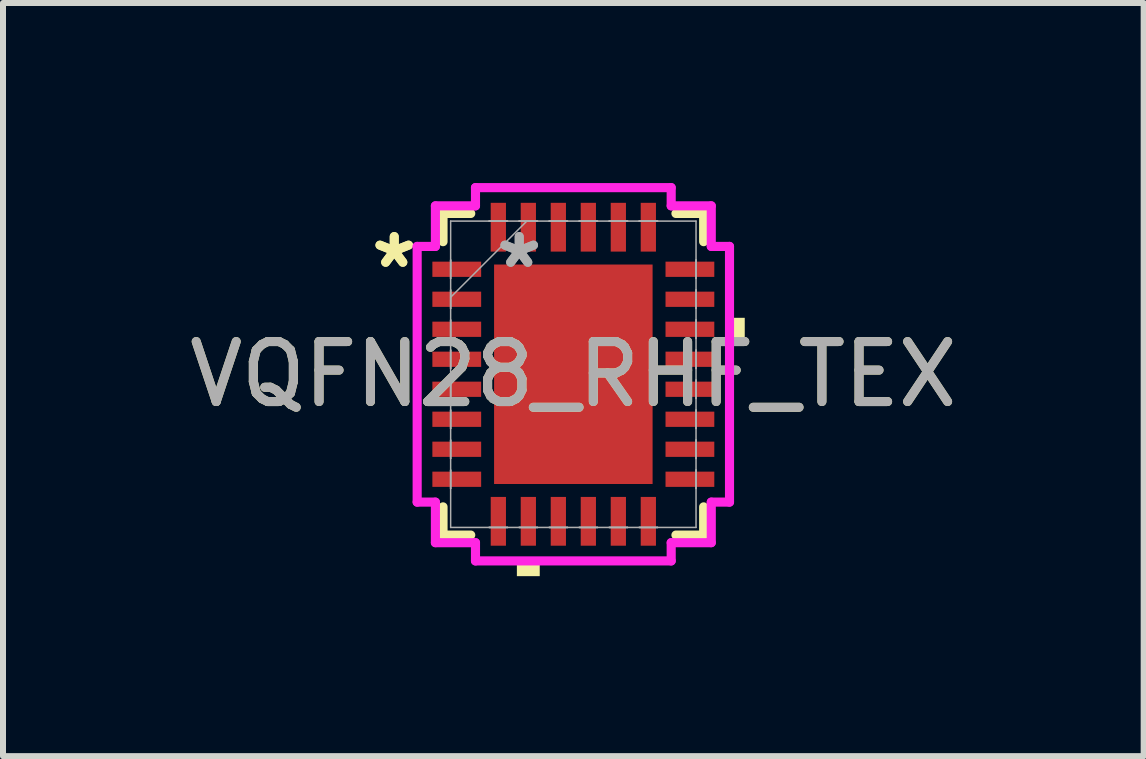
<source format=kicad_pcb>
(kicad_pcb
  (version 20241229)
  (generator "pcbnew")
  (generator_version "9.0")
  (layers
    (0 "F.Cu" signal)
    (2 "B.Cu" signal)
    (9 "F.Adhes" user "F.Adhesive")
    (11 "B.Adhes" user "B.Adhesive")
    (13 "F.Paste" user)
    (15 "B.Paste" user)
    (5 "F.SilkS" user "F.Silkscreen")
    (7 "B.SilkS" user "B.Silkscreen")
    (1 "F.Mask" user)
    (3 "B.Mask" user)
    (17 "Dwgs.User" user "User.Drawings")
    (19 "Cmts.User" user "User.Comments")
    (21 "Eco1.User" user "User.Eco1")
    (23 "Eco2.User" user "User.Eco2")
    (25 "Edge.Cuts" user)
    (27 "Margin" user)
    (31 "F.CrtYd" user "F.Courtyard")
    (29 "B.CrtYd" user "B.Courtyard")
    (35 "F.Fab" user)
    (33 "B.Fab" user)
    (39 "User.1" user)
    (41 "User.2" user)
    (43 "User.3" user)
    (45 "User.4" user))
  (footprint "VQFN28_RHF_TEX"
    (layer "F.Cu")
    (at 6.506 3.188)
    (property "Reference" "VQFN28_RHF_TEX" (at 0 0 0) (unlocked yes) (layer "F.SilkS") (effects (font (size 1 1) (thickness 0.15))))
    (attr smd)
    (fp_line (start -2.172 -2.68) (end -2.172 -2.21) (stroke (width 0.152) (type solid)) (layer "F.SilkS"))
    (fp_line (start -2.172 2.21) (end -2.172 2.68) (stroke (width 0.152) (type solid)) (layer "F.SilkS"))
    (fp_line (start -2.172 2.68) (end -1.71 2.68) (stroke (width 0.152) (type solid)) (layer "F.SilkS"))
    (fp_line (start -1.71 -2.68) (end -2.172 -2.68) (stroke (width 0.152) (type solid)) (layer "F.SilkS"))
    (fp_line (start 1.71 2.68) (end 2.172 2.68) (stroke (width 0.152) (type solid)) (layer "F.SilkS"))
    (fp_line (start 2.172 -2.68) (end 1.71 -2.68) (stroke (width 0.152) (type solid)) (layer "F.SilkS"))
    (fp_line (start 2.172 -2.21) (end 2.172 -2.68) (stroke (width 0.152) (type solid)) (layer "F.SilkS"))
    (fp_line (start 2.172 2.68) (end 2.172 2.21) (stroke (width 0.152) (type solid)) (layer "F.SilkS"))
    (fp_poly (pts (xy -0.941 3.111) (xy -0.941 3.365) (xy -0.56 3.365) (xy -0.56 3.111)) (stroke (width 0) (type solid)) (fill yes) (layer "F.SilkS"))
    (fp_poly (pts (xy 2.857 -0.941) (xy 2.857 -0.56) (xy 2.603 -0.56) (xy 2.603 -0.941)) (stroke (width 0) (type solid)) (fill yes) (layer "F.SilkS"))
    (fp_line (start -2.603 -2.131) (end -2.299 -2.131) (stroke (width 0.152) (type solid)) (layer "F.CrtYd"))
    (fp_line (start -2.603 2.131) (end -2.603 -2.131) (stroke (width 0.152) (type solid)) (layer "F.CrtYd"))
    (fp_line (start -2.299 -2.807) (end -1.631 -2.807) (stroke (width 0.152) (type solid)) (layer "F.CrtYd"))
    (fp_line (start -2.299 -2.131) (end -2.299 -2.807) (stroke (width 0.152) (type solid)) (layer "F.CrtYd"))
    (fp_line (start -2.299 2.131) (end -2.603 2.131) (stroke (width 0.152) (type solid)) (layer "F.CrtYd"))
    (fp_line (start -2.299 2.807) (end -2.299 2.131) (stroke (width 0.152) (type solid)) (layer "F.CrtYd"))
    (fp_line (start -1.631 -3.111) (end 1.631 -3.111) (stroke (width 0.152) (type solid)) (layer "F.CrtYd"))
    (fp_line (start -1.631 -2.807) (end -1.631 -3.111) (stroke (width 0.152) (type solid)) (layer "F.CrtYd"))
    (fp_line (start -1.631 2.807) (end -2.299 2.807) (stroke (width 0.152) (type solid)) (layer "F.CrtYd"))
    (fp_line (start -1.631 3.111) (end -1.631 2.807) (stroke (width 0.152) (type solid)) (layer "F.CrtYd"))
    (fp_line (start 1.631 -3.111) (end 1.631 -2.807) (stroke (width 0.152) (type solid)) (layer "F.CrtYd"))
    (fp_line (start 1.631 -2.807) (end 2.299 -2.807) (stroke (width 0.152) (type solid)) (layer "F.CrtYd"))
    (fp_line (start 1.631 2.807) (end 1.631 3.111) (stroke (width 0.152) (type solid)) (layer "F.CrtYd"))
    (fp_line (start 1.631 3.111) (end -1.631 3.111) (stroke (width 0.152) (type solid)) (layer "F.CrtYd"))
    (fp_line (start 2.299 -2.807) (end 2.299 -2.131) (stroke (width 0.152) (type solid)) (layer "F.CrtYd"))
    (fp_line (start 2.299 -2.131) (end 2.603 -2.131) (stroke (width 0.152) (type solid)) (layer "F.CrtYd"))
    (fp_line (start 2.299 2.131) (end 2.299 2.807) (stroke (width 0.152) (type solid)) (layer "F.CrtYd"))
    (fp_line (start 2.299 2.807) (end 1.631 2.807) (stroke (width 0.152) (type solid)) (layer "F.CrtYd"))
    (fp_line (start 2.603 -2.131) (end 2.603 2.131) (stroke (width 0.152) (type solid)) (layer "F.CrtYd"))
    (fp_line (start 2.603 2.131) (end 2.299 2.131) (stroke (width 0.152) (type solid)) (layer "F.CrtYd"))
    (fp_line (start -2.045 -2.553) (end -2.045 2.553) (stroke (width 0.025) (type solid)) (layer "F.Fab"))
    (fp_line (start -2.045 -1.903) (end -2.045 -1.903) (stroke (width 0.025) (type solid)) (layer "F.Fab"))
    (fp_line (start -2.045 -1.903) (end -2.045 -1.598) (stroke (width 0.025) (type solid)) (layer "F.Fab"))
    (fp_line (start -2.045 -1.598) (end -2.045 -1.903) (stroke (width 0.025) (type solid)) (layer "F.Fab"))
    (fp_line (start -2.045 -1.598) (end -2.045 -1.598) (stroke (width 0.025) (type solid)) (layer "F.Fab"))
    (fp_line (start -2.045 -1.403) (end -2.045 -1.403) (stroke (width 0.025) (type solid)) (layer "F.Fab"))
    (fp_line (start -2.045 -1.403) (end -2.045 -1.098) (stroke (width 0.025) (type solid)) (layer "F.Fab"))
    (fp_line (start -2.045 -1.283) (end -0.775 -2.553) (stroke (width 0.025) (type solid)) (layer "F.Fab"))
    (fp_line (start -2.045 -1.098) (end -2.045 -1.403) (stroke (width 0.025) (type solid)) (layer "F.Fab"))
    (fp_line (start -2.045 -1.098) (end -2.045 -1.098) (stroke (width 0.025) (type solid)) (layer "F.Fab"))
    (fp_line (start -2.045 -0.903) (end -2.045 -0.903) (stroke (width 0.025) (type solid)) (layer "F.Fab"))
    (fp_line (start -2.045 -0.903) (end -2.045 -0.598) (stroke (width 0.025) (type solid)) (layer "F.Fab"))
    (fp_line (start -2.045 -0.598) (end -2.045 -0.903) (stroke (width 0.025) (type solid)) (layer "F.Fab"))
    (fp_line (start -2.045 -0.598) (end -2.045 -0.598) (stroke (width 0.025) (type solid)) (layer "F.Fab"))
    (fp_line (start -2.045 -0.402) (end -2.045 -0.402) (stroke (width 0.025) (type solid)) (layer "F.Fab"))
    (fp_line (start -2.045 -0.402) (end -2.045 -0.098) (stroke (width 0.025) (type solid)) (layer "F.Fab"))
    (fp_line (start -2.045 -0.098) (end -2.045 -0.402) (stroke (width 0.025) (type solid)) (layer "F.Fab"))
    (fp_line (start -2.045 -0.098) (end -2.045 -0.098) (stroke (width 0.025) (type solid)) (layer "F.Fab"))
    (fp_line (start -2.045 0.098) (end -2.045 0.098) (stroke (width 0.025) (type solid)) (layer "F.Fab"))
    (fp_line (start -2.045 0.098) (end -2.045 0.402) (stroke (width 0.025) (type solid)) (layer "F.Fab"))
    (fp_line (start -2.045 0.402) (end -2.045 0.098) (stroke (width 0.025) (type solid)) (layer "F.Fab"))
    (fp_line (start -2.045 0.402) (end -2.045 0.402) (stroke (width 0.025) (type solid)) (layer "F.Fab"))
    (fp_line (start -2.045 0.598) (end -2.045 0.598) (stroke (width 0.025) (type solid)) (layer "F.Fab"))
    (fp_line (start -2.045 0.598) (end -2.045 0.903) (stroke (width 0.025) (type solid)) (layer "F.Fab"))
    (fp_line (start -2.045 0.903) (end -2.045 0.598) (stroke (width 0.025) (type solid)) (layer "F.Fab"))
    (fp_line (start -2.045 0.903) (end -2.045 0.903) (stroke (width 0.025) (type solid)) (layer "F.Fab"))
    (fp_line (start -2.045 1.098) (end -2.045 1.098) (stroke (width 0.025) (type solid)) (layer "F.Fab"))
    (fp_line (start -2.045 1.098) (end -2.045 1.403) (stroke (width 0.025) (type solid)) (layer "F.Fab"))
    (fp_line (start -2.045 1.403) (end -2.045 1.098) (stroke (width 0.025) (type solid)) (layer "F.Fab"))
    (fp_line (start -2.045 1.403) (end -2.045 1.403) (stroke (width 0.025) (type solid)) (layer "F.Fab"))
    (fp_line (start -2.045 1.598) (end -2.045 1.598) (stroke (width 0.025) (type solid)) (layer "F.Fab"))
    (fp_line (start -2.045 1.598) (end -2.045 1.903) (stroke (width 0.025) (type solid)) (layer "F.Fab"))
    (fp_line (start -2.045 1.903) (end -2.045 1.598) (stroke (width 0.025) (type solid)) (layer "F.Fab"))
    (fp_line (start -2.045 1.903) (end -2.045 1.903) (stroke (width 0.025) (type solid)) (layer "F.Fab"))
    (fp_line (start -2.045 2.553) (end 2.045 2.553) (stroke (width 0.025) (type solid)) (layer "F.Fab"))
    (fp_line (start -1.403 -2.553) (end -1.403 -2.553) (stroke (width 0.025) (type solid)) (layer "F.Fab"))
    (fp_line (start -1.403 -2.553) (end -1.098 -2.553) (stroke (width 0.025) (type solid)) (layer "F.Fab"))
    (fp_line (start -1.403 2.553) (end -1.403 2.553) (stroke (width 0.025) (type solid)) (layer "F.Fab"))
    (fp_line (start -1.403 2.553) (end -1.098 2.553) (stroke (width 0.025) (type solid)) (layer "F.Fab"))
    (fp_line (start -1.098 -2.553) (end -1.403 -2.553) (stroke (width 0.025) (type solid)) (layer "F.Fab"))
    (fp_line (start -1.098 -2.553) (end -1.098 -2.553) (stroke (width 0.025) (type solid)) (layer "F.Fab"))
    (fp_line (start -1.098 2.553) (end -1.403 2.553) (stroke (width 0.025) (type solid)) (layer "F.Fab"))
    (fp_line (start -1.098 2.553) (end -1.098 2.553) (stroke (width 0.025) (type solid)) (layer "F.Fab"))
    (fp_line (start -0.903 -2.553) (end -0.903 -2.553) (stroke (width 0.025) (type solid)) (layer "F.Fab"))
    (fp_line (start -0.903 -2.553) (end -0.598 -2.553) (stroke (width 0.025) (type solid)) (layer "F.Fab"))
    (fp_line (start -0.903 2.553) (end -0.903 2.553) (stroke (width 0.025) (type solid)) (layer "F.Fab"))
    (fp_line (start -0.903 2.553) (end -0.598 2.553) (stroke (width 0.025) (type solid)) (layer "F.Fab"))
    (fp_line (start -0.598 -2.553) (end -0.903 -2.553) (stroke (width 0.025) (type solid)) (layer "F.Fab"))
    (fp_line (start -0.598 -2.553) (end -0.598 -2.553) (stroke (width 0.025) (type solid)) (layer "F.Fab"))
    (fp_line (start -0.598 2.553) (end -0.903 2.553) (stroke (width 0.025) (type solid)) (layer "F.Fab"))
    (fp_line (start -0.598 2.553) (end -0.598 2.553) (stroke (width 0.025) (type solid)) (layer "F.Fab"))
    (fp_line (start -0.402 -2.553) (end -0.402 -2.553) (stroke (width 0.025) (type solid)) (layer "F.Fab"))
    (fp_line (start -0.402 -2.553) (end -0.098 -2.553) (stroke (width 0.025) (type solid)) (layer "F.Fab"))
    (fp_line (start -0.402 2.553) (end -0.402 2.553) (stroke (width 0.025) (type solid)) (layer "F.Fab"))
    (fp_line (start -0.402 2.553) (end -0.098 2.553) (stroke (width 0.025) (type solid)) (layer "F.Fab"))
    (fp_line (start -0.098 -2.553) (end -0.402 -2.553) (stroke (width 0.025) (type solid)) (layer "F.Fab"))
    (fp_line (start -0.098 -2.553) (end -0.098 -2.553) (stroke (width 0.025) (type solid)) (layer "F.Fab"))
    (fp_line (start -0.098 2.553) (end -0.402 2.553) (stroke (width 0.025) (type solid)) (layer "F.Fab"))
    (fp_line (start -0.098 2.553) (end -0.098 2.553) (stroke (width 0.025) (type solid)) (layer "F.Fab"))
    (fp_line (start 0.098 -2.553) (end 0.098 -2.553) (stroke (width 0.025) (type solid)) (layer "F.Fab"))
    (fp_line (start 0.098 -2.553) (end 0.402 -2.553) (stroke (width 0.025) (type solid)) (layer "F.Fab"))
    (fp_line (start 0.098 2.553) (end 0.098 2.553) (stroke (width 0.025) (type solid)) (layer "F.Fab"))
    (fp_line (start 0.098 2.553) (end 0.402 2.553) (stroke (width 0.025) (type solid)) (layer "F.Fab"))
    (fp_line (start 0.402 -2.553) (end 0.098 -2.553) (stroke (width 0.025) (type solid)) (layer "F.Fab"))
    (fp_line (start 0.402 -2.553) (end 0.402 -2.553) (stroke (width 0.025) (type solid)) (layer "F.Fab"))
    (fp_line (start 0.402 2.553) (end 0.098 2.553) (stroke (width 0.025) (type solid)) (layer "F.Fab"))
    (fp_line (start 0.402 2.553) (end 0.402 2.553) (stroke (width 0.025) (type solid)) (layer "F.Fab"))
    (fp_line (start 0.598 -2.553) (end 0.598 -2.553) (stroke (width 0.025) (type solid)) (layer "F.Fab"))
    (fp_line (start 0.598 -2.553) (end 0.903 -2.553) (stroke (width 0.025) (type solid)) (layer "F.Fab"))
    (fp_line (start 0.598 2.553) (end 0.598 2.553) (stroke (width 0.025) (type solid)) (layer "F.Fab"))
    (fp_line (start 0.598 2.553) (end 0.903 2.553) (stroke (width 0.025) (type solid)) (layer "F.Fab"))
    (fp_line (start 0.903 -2.553) (end 0.598 -2.553) (stroke (width 0.025) (type solid)) (layer "F.Fab"))
    (fp_line (start 0.903 -2.553) (end 0.903 -2.553) (stroke (width 0.025) (type solid)) (layer "F.Fab"))
    (fp_line (start 0.903 2.553) (end 0.598 2.553) (stroke (width 0.025) (type solid)) (layer "F.Fab"))
    (fp_line (start 0.903 2.553) (end 0.903 2.553) (stroke (width 0.025) (type solid)) (layer "F.Fab"))
    (fp_line (start 1.098 -2.553) (end 1.098 -2.553) (stroke (width 0.025) (type solid)) (layer "F.Fab"))
    (fp_line (start 1.098 -2.553) (end 1.403 -2.553) (stroke (width 0.025) (type solid)) (layer "F.Fab"))
    (fp_line (start 1.098 2.553) (end 1.098 2.553) (stroke (width 0.025) (type solid)) (layer "F.Fab"))
    (fp_line (start 1.098 2.553) (end 1.403 2.553) (stroke (width 0.025) (type solid)) (layer "F.Fab"))
    (fp_line (start 1.403 -2.553) (end 1.098 -2.553) (stroke (width 0.025) (type solid)) (layer "F.Fab"))
    (fp_line (start 1.403 -2.553) (end 1.403 -2.553) (stroke (width 0.025) (type solid)) (layer "F.Fab"))
    (fp_line (start 1.403 2.553) (end 1.098 2.553) (stroke (width 0.025) (type solid)) (layer "F.Fab"))
    (fp_line (start 1.403 2.553) (end 1.403 2.553) (stroke (width 0.025) (type solid)) (layer "F.Fab"))
    (fp_line (start 2.045 -2.553) (end -2.045 -2.553) (stroke (width 0.025) (type solid)) (layer "F.Fab"))
    (fp_line (start 2.045 -1.903) (end 2.045 -1.903) (stroke (width 0.025) (type solid)) (layer "F.Fab"))
    (fp_line (start 2.045 -1.903) (end 2.045 -1.598) (stroke (width 0.025) (type solid)) (layer "F.Fab"))
    (fp_line (start 2.045 -1.598) (end 2.045 -1.903) (stroke (width 0.025) (type solid)) (layer "F.Fab"))
    (fp_line (start 2.045 -1.598) (end 2.045 -1.598) (stroke (width 0.025) (type solid)) (layer "F.Fab"))
    (fp_line (start 2.045 -1.403) (end 2.045 -1.403) (stroke (width 0.025) (type solid)) (layer "F.Fab"))
    (fp_line (start 2.045 -1.403) (end 2.045 -1.098) (stroke (width 0.025) (type solid)) (layer "F.Fab"))
    (fp_line (start 2.045 -1.098) (end 2.045 -1.403) (stroke (width 0.025) (type solid)) (layer "F.Fab"))
    (fp_line (start 2.045 -1.098) (end 2.045 -1.098) (stroke (width 0.025) (type solid)) (layer "F.Fab"))
    (fp_line (start 2.045 -0.903) (end 2.045 -0.903) (stroke (width 0.025) (type solid)) (layer "F.Fab"))
    (fp_line (start 2.045 -0.903) (end 2.045 -0.598) (stroke (width 0.025) (type solid)) (layer "F.Fab"))
    (fp_line (start 2.045 -0.598) (end 2.045 -0.903) (stroke (width 0.025) (type solid)) (layer "F.Fab"))
    (fp_line (start 2.045 -0.598) (end 2.045 -0.598) (stroke (width 0.025) (type solid)) (layer "F.Fab"))
    (fp_line (start 2.045 -0.402) (end 2.045 -0.402) (stroke (width 0.025) (type solid)) (layer "F.Fab"))
    (fp_line (start 2.045 -0.402) (end 2.045 -0.098) (stroke (width 0.025) (type solid)) (layer "F.Fab"))
    (fp_line (start 2.045 -0.098) (end 2.045 -0.402) (stroke (width 0.025) (type solid)) (layer "F.Fab"))
    (fp_line (start 2.045 -0.098) (end 2.045 -0.098) (stroke (width 0.025) (type solid)) (layer "F.Fab"))
    (fp_line (start 2.045 0.098) (end 2.045 0.098) (stroke (width 0.025) (type solid)) (layer "F.Fab"))
    (fp_line (start 2.045 0.098) (end 2.045 0.402) (stroke (width 0.025) (type solid)) (layer "F.Fab"))
    (fp_line (start 2.045 0.402) (end 2.045 0.098) (stroke (width 0.025) (type solid)) (layer "F.Fab"))
    (fp_line (start 2.045 0.402) (end 2.045 0.402) (stroke (width 0.025) (type solid)) (layer "F.Fab"))
    (fp_line (start 2.045 0.598) (end 2.045 0.598) (stroke (width 0.025) (type solid)) (layer "F.Fab"))
    (fp_line (start 2.045 0.598) (end 2.045 0.903) (stroke (width 0.025) (type solid)) (layer "F.Fab"))
    (fp_line (start 2.045 0.903) (end 2.045 0.598) (stroke (width 0.025) (type solid)) (layer "F.Fab"))
    (fp_line (start 2.045 0.903) (end 2.045 0.903) (stroke (width 0.025) (type solid)) (layer "F.Fab"))
    (fp_line (start 2.045 1.098) (end 2.045 1.098) (stroke (width 0.025) (type solid)) (layer "F.Fab"))
    (fp_line (start 2.045 1.098) (end 2.045 1.403) (stroke (width 0.025) (type solid)) (layer "F.Fab"))
    (fp_line (start 2.045 1.403) (end 2.045 1.098) (stroke (width 0.025) (type solid)) (layer "F.Fab"))
    (fp_line (start 2.045 1.403) (end 2.045 1.403) (stroke (width 0.025) (type solid)) (layer "F.Fab"))
    (fp_line (start 2.045 1.598) (end 2.045 1.598) (stroke (width 0.025) (type solid)) (layer "F.Fab"))
    (fp_line (start 2.045 1.598) (end 2.045 1.903) (stroke (width 0.025) (type solid)) (layer "F.Fab"))
    (fp_line (start 2.045 1.903) (end 2.045 1.598) (stroke (width 0.025) (type solid)) (layer "F.Fab"))
    (fp_line (start 2.045 1.903) (end 2.045 1.903) (stroke (width 0.025) (type solid)) (layer "F.Fab"))
    (fp_line (start 2.045 2.553) (end 2.045 -2.553) (stroke (width 0.025) (type solid)) (layer "F.Fab"))
    (fp_text user "*" (at -2.985 -1.75 0) (layer "F.SilkS") (effects (font (size 1 1) (thickness 0.15))))
    (fp_text user "*" (at -2.985 -1.75 0) (unlocked yes) (layer "F.SilkS") (effects (font (size 1 1) (thickness 0.15))))
    (fp_text user "*" (at -0.902 -1.75 0) (layer "F.Fab") (effects (font (size 1 1) (thickness 0.15))))
    (fp_text user "${REFERENCE}" (at 0 0 0) (unlocked yes) (layer "F.Fab") (effects (font (size 1 1) (thickness 0.15))))
    (fp_text user "*" (at -0.902 -1.75 0) (unlocked yes) (layer "F.Fab") (effects (font (size 1 1) (thickness 0.15))))
    (pad "1" smd rect (at -1.943 -1.75 90) (size 0.254 0.813) (layers "F.Cu" "F.Mask" "F.Paste"))
    (pad "2" smd rect (at -1.943 -1.25 90) (size 0.254 0.813) (layers "F.Cu" "F.Mask" "F.Paste"))
    (pad "3" smd rect (at -1.943 -0.75 90) (size 0.254 0.813) (layers "F.Cu" "F.Mask" "F.Paste"))
    (pad "4" smd rect (at -1.943 -0.25 90) (size 0.254 0.813) (layers "F.Cu" "F.Mask" "F.Paste"))
    (pad "5" smd rect (at -1.943 0.25 90) (size 0.254 0.813) (layers "F.Cu" "F.Mask" "F.Paste"))
    (pad "6" smd rect (at -1.943 0.75 90) (size 0.254 0.813) (layers "F.Cu" "F.Mask" "F.Paste"))
    (pad "7" smd rect (at -1.943 1.25 90) (size 0.254 0.813) (layers "F.Cu" "F.Mask" "F.Paste"))
    (pad "8" smd rect (at -1.943 1.75 90) (size 0.254 0.813) (layers "F.Cu" "F.Mask" "F.Paste"))
    (pad "9" smd rect (at -1.25 2.451) (size 0.254 0.813) (layers "F.Cu" "F.Mask" "F.Paste"))
    (pad "10" smd rect (at -0.75 2.451) (size 0.254 0.813) (layers "F.Cu" "F.Mask" "F.Paste"))
    (pad "11" smd rect (at -0.25 2.451) (size 0.254 0.813) (layers "F.Cu" "F.Mask" "F.Paste"))
    (pad "12" smd rect (at 0.25 2.451) (size 0.254 0.813) (layers "F.Cu" "F.Mask" "F.Paste"))
    (pad "13" smd rect (at 0.75 2.451) (size 0.254 0.813) (layers "F.Cu" "F.Mask" "F.Paste"))
    (pad "14" smd rect (at 1.25 2.451) (size 0.254 0.813) (layers "F.Cu" "F.Mask" "F.Paste"))
    (pad "15" smd rect (at 1.943 1.75 90) (size 0.254 0.813) (layers "F.Cu" "F.Mask" "F.Paste"))
    (pad "16" smd rect (at 1.943 1.25 90) (size 0.254 0.813) (layers "F.Cu" "F.Mask" "F.Paste"))
    (pad "17" smd rect (at 1.943 0.75 90) (size 0.254 0.813) (layers "F.Cu" "F.Mask" "F.Paste"))
    (pad "18" smd rect (at 1.943 0.25 90) (size 0.254 0.813) (layers "F.Cu" "F.Mask" "F.Paste"))
    (pad "19" smd rect (at 1.943 -0.25 90) (size 0.254 0.813) (layers "F.Cu" "F.Mask" "F.Paste"))
    (pad "20" smd rect (at 1.943 -0.75 90) (size 0.254 0.813) (layers "F.Cu" "F.Mask" "F.Paste"))
    (pad "21" smd rect (at 1.943 -1.25 90) (size 0.254 0.813) (layers "F.Cu" "F.Mask" "F.Paste"))
    (pad "22" smd rect (at 1.943 -1.75 90) (size 0.254 0.813) (layers "F.Cu" "F.Mask" "F.Paste"))
    (pad "23" smd rect (at 1.25 -2.451) (size 0.254 0.813) (layers "F.Cu" "F.Mask" "F.Paste"))
    (pad "24" smd rect (at 0.75 -2.451) (size 0.254 0.813) (layers "F.Cu" "F.Mask" "F.Paste"))
    (pad "25" smd rect (at 0.25 -2.451) (size 0.254 0.813) (layers "F.Cu" "F.Mask" "F.Paste"))
    (pad "26" smd rect (at -0.25 -2.451) (size 0.254 0.813) (layers "F.Cu" "F.Mask" "F.Paste"))
    (pad "27" smd rect (at -0.75 -2.451) (size 0.254 0.813) (layers "F.Cu" "F.Mask" "F.Paste"))
    (pad "28" smd rect (at -1.25 -2.451) (size 0.254 0.813) (layers "F.Cu" "F.Mask" "F.Paste"))
    (pad "29" smd rect (at 0 0) (size 2.642 3.658) (layers "F.Cu" "F.Mask" "F.Paste")))
  (gr_rect
    (start -3 -3)
    (end 16.012 9.553)
    (stroke (width 0.1) (type default))
    (fill no)
    (layer "Edge.Cuts")))
</source>
